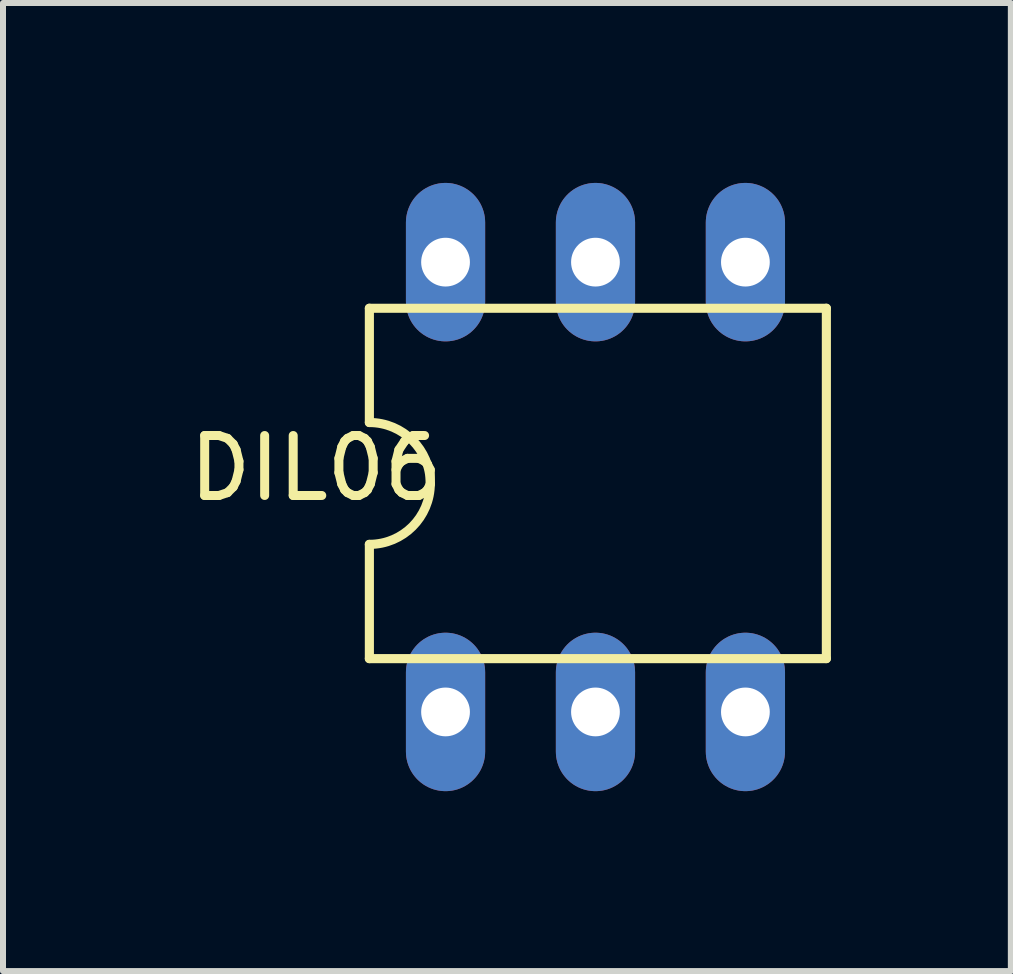
<source format=kicad_pcb>
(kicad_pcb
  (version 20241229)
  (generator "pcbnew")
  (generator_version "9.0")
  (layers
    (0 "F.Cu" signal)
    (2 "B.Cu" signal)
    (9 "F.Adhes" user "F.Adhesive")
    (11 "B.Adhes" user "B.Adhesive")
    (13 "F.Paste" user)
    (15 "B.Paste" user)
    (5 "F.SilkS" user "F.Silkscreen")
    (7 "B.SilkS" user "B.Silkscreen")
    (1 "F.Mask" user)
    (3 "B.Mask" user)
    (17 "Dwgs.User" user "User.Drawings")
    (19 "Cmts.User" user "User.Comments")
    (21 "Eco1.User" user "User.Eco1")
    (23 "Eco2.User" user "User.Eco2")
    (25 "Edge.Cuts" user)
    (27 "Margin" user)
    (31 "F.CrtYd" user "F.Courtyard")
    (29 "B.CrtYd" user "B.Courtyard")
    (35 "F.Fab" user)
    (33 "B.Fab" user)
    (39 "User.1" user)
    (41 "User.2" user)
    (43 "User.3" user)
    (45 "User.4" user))
  (footprint "DIL06"
    (layer "F.Cu")
    (at 4.379 8.821)
    (property "Reference" "DIL06" (at -2.159 -4.064 180) (layer "F.SilkS") (effects (font (size 1 1) (thickness 0.15))))
    (attr through_hole)
    (fp_line (start -1.27 -6.731) (end -1.27 -4.826) (stroke (width 0.152) (type solid)) (layer "F.SilkS"))
    (fp_line (start -1.27 -0.889) (end -1.27 -2.794) (stroke (width 0.152) (type solid)) (layer "F.SilkS"))
    (fp_line (start -1.27 -0.889) (end 6.35 -0.889) (stroke (width 0.152) (type solid)) (layer "F.SilkS"))
    (fp_line (start 6.35 -6.731) (end -1.27 -6.731) (stroke (width 0.152) (type solid)) (layer "F.SilkS"))
    (fp_line (start 6.35 -6.731) (end 6.35 -0.889) (stroke (width 0.152) (type solid)) (layer "F.SilkS"))
    (fp_arc (start -1.27 -4.826) (mid -0.254 -3.81) (end -1.27 -2.794) (stroke (width 0.1524) (type solid)) (layer "F.SilkS"))
    (pad "1" thru_hole oval (at 0 0) (size 1.321 2.642) (drill 0.813) (layers "*.Cu" "*.Mask"))
    (pad "2" thru_hole oval (at 2.5 0) (size 1.321 2.642) (drill 0.813) (layers "*.Cu" "*.Mask"))
    (pad "3" thru_hole oval (at 5 0) (size 1.321 2.642) (drill 0.813) (layers "*.Cu" "*.Mask"))
    (pad "4" thru_hole oval (at 5 -7.5) (size 1.321 2.642) (drill 0.813) (layers "*.Cu" "*.Mask"))
    (pad "5" thru_hole oval (at 2.5 -7.5) (size 1.321 2.642) (drill 0.813) (layers "*.Cu" "*.Mask"))
    (pad "6" thru_hole oval (at 0 -7.5) (size 1.321 2.642) (drill 0.813) (layers "*.Cu" "*.Mask")))
  (gr_rect
    (start -3 -3)
    (end 13.805 13.142)
    (stroke (width 0.1) (type default))
    (fill no)
    (layer "Edge.Cuts")))
</source>
